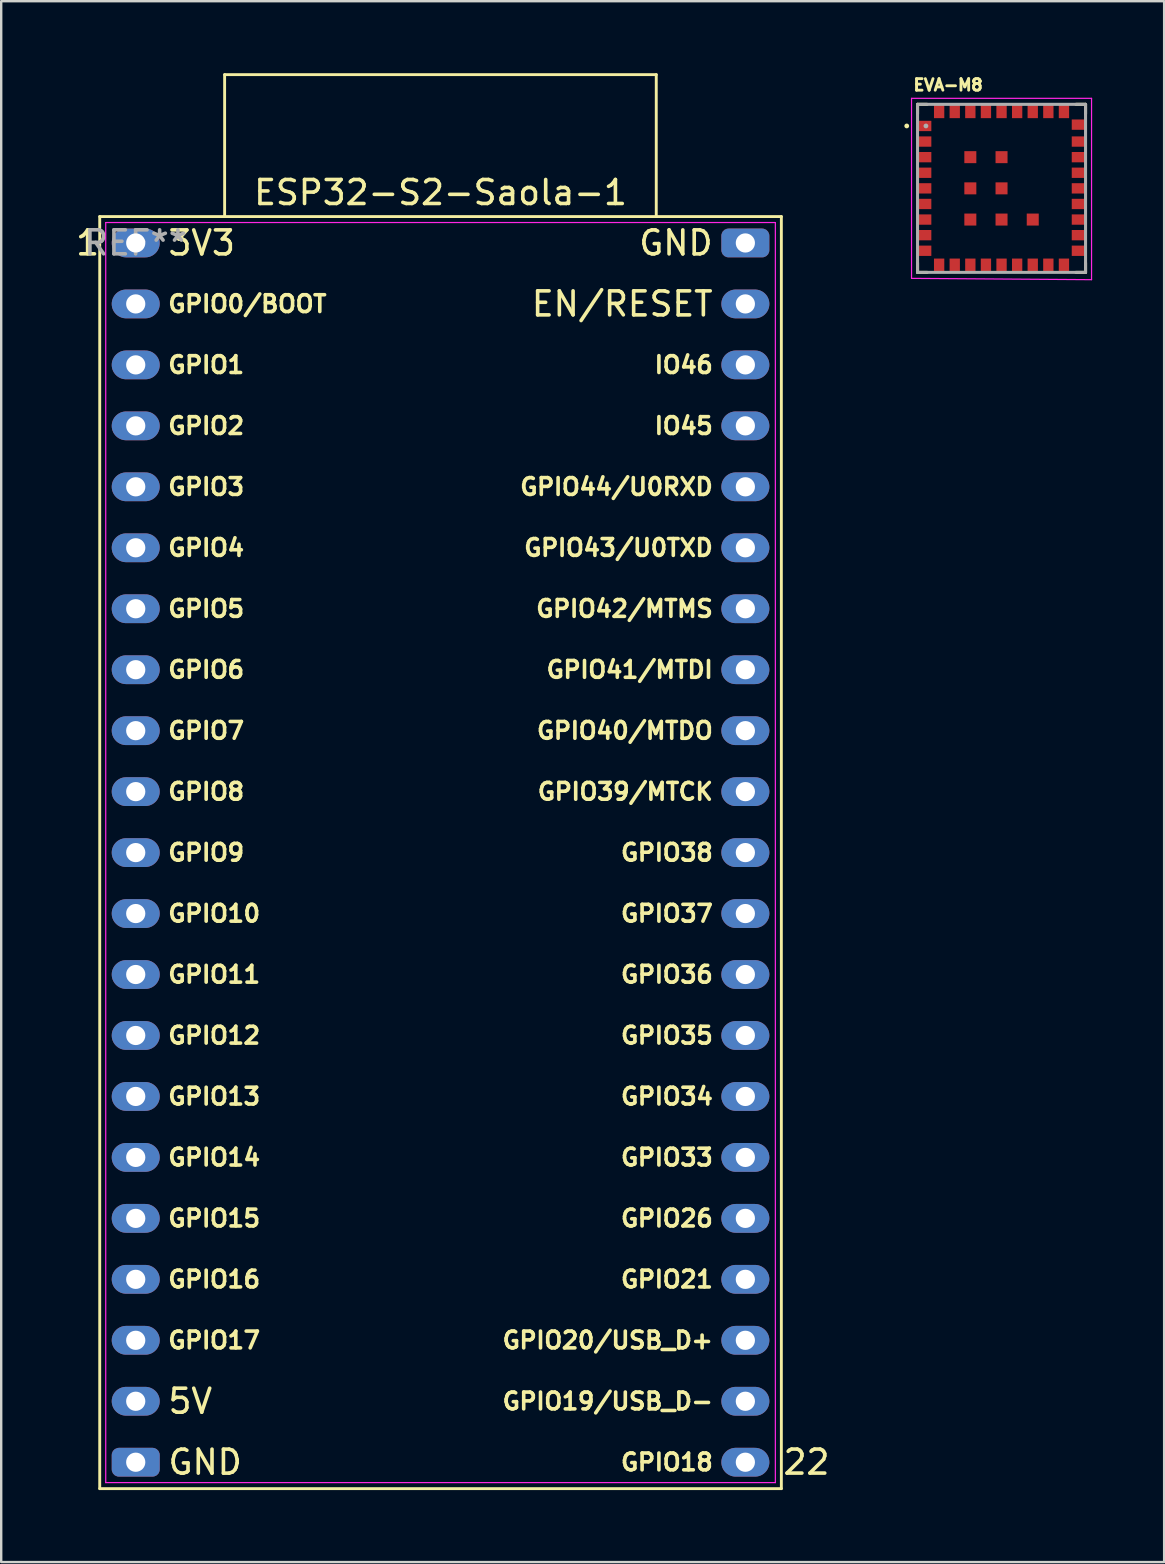
<source format=kicad_pcb>
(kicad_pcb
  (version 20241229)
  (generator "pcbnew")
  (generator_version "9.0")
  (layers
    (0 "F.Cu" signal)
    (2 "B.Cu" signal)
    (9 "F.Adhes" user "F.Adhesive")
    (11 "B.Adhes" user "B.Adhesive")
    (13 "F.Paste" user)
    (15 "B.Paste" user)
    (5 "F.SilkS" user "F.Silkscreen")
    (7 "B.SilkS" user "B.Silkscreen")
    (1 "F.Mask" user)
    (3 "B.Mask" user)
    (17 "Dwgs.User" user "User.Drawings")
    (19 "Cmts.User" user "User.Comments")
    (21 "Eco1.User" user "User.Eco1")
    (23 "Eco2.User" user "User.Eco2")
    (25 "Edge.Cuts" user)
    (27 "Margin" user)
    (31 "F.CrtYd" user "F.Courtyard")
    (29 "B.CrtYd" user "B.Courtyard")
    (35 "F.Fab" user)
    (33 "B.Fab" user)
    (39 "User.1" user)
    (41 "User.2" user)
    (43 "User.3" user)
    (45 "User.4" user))
  (footprint "ESP32-S2-Saola-1"
    (layer "F.Cu")
    (at 2.601 7.07)
    (property "Reference" "ESP32-S2-Saola-1" (at 12.704 -2.097 0) (layer "F.SilkS") (effects (font (size 1 1) (thickness 0.15))))
    (attr through_hole)
    (fp_line (start -1.496 51.903) (end 26.904 51.903) (stroke (width 0.12) (type solid)) (layer "F.SilkS"))
    (fp_line (start -1.496 -1.097) (end -1.496 51.903) (stroke (width 0.12) (type solid)) (layer "F.SilkS"))
    (fp_line (start 3.708 -7.01) (end 21.692 -7.01) (stroke (width 0.12) (type solid)) (layer "F.SilkS"))
    (fp_line (start 3.708 -1.118) (end 3.708 -7.01) (stroke (width 0.12) (type solid)) (layer "F.SilkS"))
    (fp_line (start 21.692 -7.01) (end 21.692 -1.118) (stroke (width 0.12) (type solid)) (layer "F.SilkS"))
    (fp_line (start 26.904 51.903) (end 26.904 -1.097) (stroke (width 0.12) (type solid)) (layer "F.SilkS"))
    (fp_line (start 26.904 -1.097) (end -1.496 -1.097) (stroke (width 0.12) (type solid)) (layer "F.SilkS"))
    (fp_line (start -1.246 -0.847) (end 26.654 -0.847) (stroke (width 0.05) (type solid)) (layer "F.CrtYd"))
    (fp_line (start -1.246 51.653) (end -1.246 -0.847) (stroke (width 0.05) (type solid)) (layer "F.CrtYd"))
    (fp_line (start 26.654 -0.847) (end 26.654 51.653) (stroke (width 0.05) (type solid)) (layer "F.CrtYd"))
    (fp_line (start 26.654 51.653) (end -1.246 51.653) (stroke (width 0.05) (type solid)) (layer "F.CrtYd"))
    (fp_text user "GPIO9" (at 1.274 25.403 0) (unlocked yes) (layer "F.SilkS") (effects (font (size 0.7 0.7) (thickness 0.15)) (justify left)))
    (fp_text user "GPIO26" (at 24.134 40.643 0) (unlocked yes) (layer "F.SilkS") (effects (font (size 0.7 0.7) (thickness 0.15)) (justify right)))
    (fp_text user "GPIO36" (at 24.134 30.483 0) (unlocked yes) (layer "F.SilkS") (effects (font (size 0.7 0.7) (thickness 0.15)) (justify right)))
    (fp_text user "GPIO40/MTDO" (at 24.134 20.323 0) (unlocked yes) (layer "F.SilkS") (effects (font (size 0.7 0.7) (thickness 0.15)) (justify right)))
    (fp_text user "GPIO35" (at 24.134 33.023 0) (unlocked yes) (layer "F.SilkS") (effects (font (size 0.7 0.7) (thickness 0.15)) (justify right)))
    (fp_text user "GPIO10" (at 1.274 27.943 0) (unlocked yes) (layer "F.SilkS") (effects (font (size 0.7 0.7) (thickness 0.15)) (justify left)))
    (fp_text user "IO45" (at 24.134 7.623 0) (unlocked yes) (layer "F.SilkS") (effects (font (size 0.7 0.7) (thickness 0.15)) (justify right)))
    (fp_text user "GPIO11" (at 1.274 30.483 0) (unlocked yes) (layer "F.SilkS") (effects (font (size 0.7 0.7) (thickness 0.15)) (justify left)))
    (fp_text user "5V" (at 1.274 48.263 0) (unlocked yes) (layer "F.SilkS") (effects (font (size 1 1) (thickness 0.15)) (justify left)))
    (fp_text user "GPIO20/USB_D+" (at 24.134 45.723 0) (unlocked yes) (layer "F.SilkS") (effects (font (size 0.7 0.7) (thickness 0.15)) (justify right)))
    (fp_text user "GPIO39/MTCK" (at 24.134 22.863 0) (unlocked yes) (layer "F.SilkS") (effects (font (size 0.7 0.7) (thickness 0.15)) (justify right)))
    (fp_text user "GPIO3" (at 1.274 10.163 0) (unlocked yes) (layer "F.SilkS") (effects (font (size 0.7 0.7) (thickness 0.15)) (justify left)))
    (fp_text user "GPIO34" (at 24.134 35.563 0) (unlocked yes) (layer "F.SilkS") (effects (font (size 0.7 0.7) (thickness 0.15)) (justify right)))
    (fp_text user "GPIO16" (at 1.274 43.183 0) (unlocked yes) (layer "F.SilkS") (effects (font (size 0.7 0.7) (thickness 0.15)) (justify left)))
    (fp_text user "GPIO13" (at 1.274 35.563 0) (unlocked yes) (layer "F.SilkS") (effects (font (size 0.7 0.7) (thickness 0.15)) (justify left)))
    (fp_text user "GPIO37" (at 24.134 27.943 0) (unlocked yes) (layer "F.SilkS") (effects (font (size 0.7 0.7) (thickness 0.15)) (justify right)))
    (fp_text user "GPIO33" (at 24.134 38.103 0) (unlocked yes) (layer "F.SilkS") (effects (font (size 0.7 0.7) (thickness 0.15)) (justify right)))
    (fp_text user "GPIO41/MTDI" (at 24.134 17.783 0) (unlocked yes) (layer "F.SilkS") (effects (font (size 0.7 0.7) (thickness 0.15)) (justify right)))
    (fp_text user "GPIO44/U0RXD" (at 24.134 10.163 0) (unlocked yes) (layer "F.SilkS") (effects (font (size 0.7 0.7) (thickness 0.15)) (justify right)))
    (fp_text user "GND" (at 24.134 0.003 0) (unlocked yes) (layer "F.SilkS") (effects (font (size 1 1) (thickness 0.15)) (justify right)))
    (fp_text user "1" (at -2 0 0) (layer "F.SilkS") (effects (font (size 1 1) (thickness 0.15))))
    (fp_text user "EN/RESET" (at 24.134 2.543 0) (unlocked yes) (layer "F.SilkS") (effects (font (size 1 1) (thickness 0.15)) (justify right)))
    (fp_text user "GPIO1" (at 1.274 5.083 0) (unlocked yes) (layer "F.SilkS") (effects (font (size 0.7 0.7) (thickness 0.15)) (justify left)))
    (fp_text user "GPIO19/USB_D-" (at 24.134 48.263 0) (unlocked yes) (layer "F.SilkS") (effects (font (size 0.7 0.7) (thickness 0.15)) (justify right)))
    (fp_text user "GPIO12" (at 1.274 33.023 0) (unlocked yes) (layer "F.SilkS") (effects (font (size 0.7 0.7) (thickness 0.15)) (justify left)))
    (fp_text user "GPIO14" (at 1.274 38.103 0) (unlocked yes) (layer "F.SilkS") (effects (font (size 0.7 0.7) (thickness 0.15)) (justify left)))
    (fp_text user "GPIO18" (at 24.134 50.803 0) (unlocked yes) (layer "F.SilkS") (effects (font (size 0.7 0.7) (thickness 0.15)) (justify right)))
    (fp_text user "GPIO4" (at 1.274 12.703 0) (unlocked yes) (layer "F.SilkS") (effects (font (size 0.7 0.7) (thickness 0.15)) (justify left)))
    (fp_text user "GPIO8" (at 1.274 22.863 0) (unlocked yes) (layer "F.SilkS") (effects (font (size 0.7 0.7) (thickness 0.15)) (justify left)))
    (fp_text user "GPIO21" (at 24.134 43.183 0) (unlocked yes) (layer "F.SilkS") (effects (font (size 0.7 0.7) (thickness 0.15)) (justify right)))
    (fp_text user "GPIO42/MTMS" (at 24.134 15.243 0) (unlocked yes) (layer "F.SilkS") (effects (font (size 0.7 0.7) (thickness 0.15)) (justify right)))
    (fp_text user "GPIO5" (at 1.274 15.243 0) (unlocked yes) (layer "F.SilkS") (effects (font (size 0.7 0.7) (thickness 0.15)) (justify left)))
    (fp_text user "GPIO0/BOOT" (at 1.274 2.543 0) (unlocked yes) (layer "F.SilkS") (effects (font (size 0.7 0.7) (thickness 0.15)) (justify left)))
    (fp_text user "IO46" (at 24.134 5.083 0) (unlocked yes) (layer "F.SilkS") (effects (font (size 0.7 0.7) (thickness 0.15)) (justify right)))
    (fp_text user "22" (at 27.95 50.8 0) (layer "F.SilkS") (effects (font (size 1 1) (thickness 0.15))))
    (fp_text user "GPIO38" (at 24.134 25.403 0) (unlocked yes) (layer "F.SilkS") (effects (font (size 0.7 0.7) (thickness 0.15)) (justify right)))
    (fp_text user "GPIO2" (at 1.274 7.623 0) (unlocked yes) (layer "F.SilkS") (effects (font (size 0.7 0.7) (thickness 0.15)) (justify left)))
    (fp_text user "3V3" (at 1.274 0.003 0) (unlocked yes) (layer "F.SilkS") (effects (font (size 1 1) (thickness 0.15)) (justify left)))
    (fp_text user "GPIO7" (at 1.274 20.323 0) (unlocked yes) (layer "F.SilkS") (effects (font (size 0.7 0.7) (thickness 0.15)) (justify left)))
    (fp_text user "GPIO43/U0TXD" (at 24.134 12.703 0) (unlocked yes) (layer "F.SilkS") (effects (font (size 0.7 0.7) (thickness 0.15)) (justify right)))
    (fp_text user "GPIO6" (at 1.274 17.783 0) (unlocked yes) (layer "F.SilkS") (effects (font (size 0.7 0.7) (thickness 0.15)) (justify left)))
    (fp_text user "GPIO17" (at 1.274 45.723 0) (unlocked yes) (layer "F.SilkS") (effects (font (size 0.7 0.7) (thickness 0.15)) (justify left)))
    (fp_text user "GPIO15" (at 1.274 40.643 0) (unlocked yes) (layer "F.SilkS") (effects (font (size 0.7 0.7) (thickness 0.15)) (justify left)))
    (fp_text user "GND" (at 1.274 50.803 0) (unlocked yes) (layer "F.SilkS") (effects (font (size 1 1) (thickness 0.15)) (justify left)))
    (fp_text user "REF**" (at 0 0 0) (layer "F.Fab") (effects (font (size 1 1) (thickness 0.15))))
    (pad "1" thru_hole oval (at 0.004 0.003 270) (size 1.2 2) (drill 0.8) (layers "*.Cu" "*.Mask"))
    (pad "2" thru_hole oval (at 0.004 2.543 270) (size 1.2 2) (drill 0.8) (layers "*.Cu" "*.Mask"))
    (pad "3" thru_hole oval (at 0.004 5.083 270) (size 1.2 2) (drill 0.8) (layers "*.Cu" "*.Mask"))
    (pad "4" thru_hole oval (at 0.004 7.623 270) (size 1.2 2) (drill 0.8) (layers "*.Cu" "*.Mask"))
    (pad "5" thru_hole oval (at 0.004 10.163 270) (size 1.2 2) (drill 0.8) (layers "*.Cu" "*.Mask"))
    (pad "6" thru_hole oval (at 0.004 12.703 270) (size 1.2 2) (drill 0.8) (layers "*.Cu" "*.Mask"))
    (pad "7" thru_hole oval (at 0.004 15.243 270) (size 1.2 2) (drill 0.8) (layers "*.Cu" "*.Mask"))
    (pad "8" thru_hole oval (at 0.004 17.783 270) (size 1.2 2) (drill 0.8) (layers "*.Cu" "*.Mask"))
    (pad "9" thru_hole oval (at 0.004 20.323 270) (size 1.2 2) (drill 0.8) (layers "*.Cu" "*.Mask"))
    (pad "10" thru_hole oval (at 0.004 22.863 270) (size 1.2 2) (drill 0.8) (layers "*.Cu" "*.Mask"))
    (pad "11" thru_hole oval (at 0.004 25.403 270) (size 1.2 2) (drill 0.8) (layers "*.Cu" "*.Mask"))
    (pad "12" thru_hole oval (at 0.004 27.943 270) (size 1.2 2) (drill 0.8) (layers "*.Cu" "*.Mask"))
    (pad "13" thru_hole oval (at 0.004 30.483 270) (size 1.2 2) (drill 0.8) (layers "*.Cu" "*.Mask"))
    (pad "14" thru_hole oval (at 0.004 33.023 270) (size 1.2 2) (drill 0.8) (layers "*.Cu" "*.Mask"))
    (pad "15" thru_hole oval (at 0.004 35.563 270) (size 1.2 2) (drill 0.8) (layers "*.Cu" "*.Mask"))
    (pad "16" thru_hole oval (at 0.004 38.103 270) (size 1.2 2) (drill 0.8) (layers "*.Cu" "*.Mask"))
    (pad "17" thru_hole oval (at 0.004 40.643 270) (size 1.2 2) (drill 0.8) (layers "*.Cu" "*.Mask"))
    (pad "18" thru_hole oval (at 0.004 43.183 270) (size 1.2 2) (drill 0.8) (layers "*.Cu" "*.Mask"))
    (pad "19" thru_hole oval (at 0.004 45.723 270) (size 1.2 2) (drill 0.8) (layers "*.Cu" "*.Mask"))
    (pad "20" thru_hole oval (at 0.004 48.263 270) (size 1.2 2) (drill 0.8) (layers "*.Cu" "*.Mask"))
    (pad "21" thru_hole roundrect (at 0.004 50.803 270) (size 1.2 2) (drill 0.8) (layers "*.Cu" "*.Mask") (roundrect_rratio 0.25))
    (pad "22" thru_hole oval (at 25.404 50.803 270) (size 1.2 2) (drill 0.8) (layers "*.Cu" "*.Mask"))
    (pad "23" thru_hole oval (at 25.404 48.263 270) (size 1.2 2) (drill 0.8) (layers "*.Cu" "*.Mask"))
    (pad "24" thru_hole oval (at 25.404 45.723 270) (size 1.2 2) (drill 0.8) (layers "*.Cu" "*.Mask"))
    (pad "25" thru_hole oval (at 25.404 43.183 270) (size 1.2 2) (drill 0.8) (layers "*.Cu" "*.Mask"))
    (pad "26" thru_hole oval (at 25.404 40.643 270) (size 1.2 2) (drill 0.8) (layers "*.Cu" "*.Mask"))
    (pad "27" thru_hole oval (at 25.404 38.103 270) (size 1.2 2) (drill 0.8) (layers "*.Cu" "*.Mask"))
    (pad "28" thru_hole oval (at 25.404 35.563 270) (size 1.2 2) (drill 0.8) (layers "*.Cu" "*.Mask"))
    (pad "29" thru_hole oval (at 25.404 33.023 270) (size 1.2 2) (drill 0.8) (layers "*.Cu" "*.Mask"))
    (pad "30" thru_hole oval (at 25.404 30.483 270) (size 1.2 2) (drill 0.8) (layers "*.Cu" "*.Mask"))
    (pad "31" thru_hole oval (at 25.404 27.943 270) (size 1.2 2) (drill 0.8) (layers "*.Cu" "*.Mask"))
    (pad "32" thru_hole oval (at 25.404 25.403 270) (size 1.2 2) (drill 0.8) (layers "*.Cu" "*.Mask"))
    (pad "33" thru_hole oval (at 25.404 22.863 270) (size 1.2 2) (drill 0.8) (layers "*.Cu" "*.Mask"))
    (pad "34" thru_hole oval (at 25.404 20.323 270) (size 1.2 2) (drill 0.8) (layers "*.Cu" "*.Mask"))
    (pad "35" thru_hole oval (at 25.404 17.783 270) (size 1.2 2) (drill 0.8) (layers "*.Cu" "*.Mask"))
    (pad "36" thru_hole oval (at 25.404 15.243 270) (size 1.2 2) (drill 0.8) (layers "*.Cu" "*.Mask"))
    (pad "37" thru_hole oval (at 25.404 12.703 270) (size 1.2 2) (drill 0.8) (layers "*.Cu" "*.Mask"))
    (pad "38" thru_hole oval (at 25.404 10.163 270) (size 1.2 2) (drill 0.8) (layers "*.Cu" "*.Mask"))
    (pad "39" thru_hole oval (at 25.404 7.623 270) (size 1.2 2) (drill 0.8) (layers "*.Cu" "*.Mask"))
    (pad "40" thru_hole oval (at 25.404 5.083 270) (size 1.2 2) (drill 0.8) (layers "*.Cu" "*.Mask"))
    (pad "41" thru_hole oval (at 25.404 2.543 270) (size 1.2 2) (drill 0.8) (layers "*.Cu" "*.Mask"))
    (pad "42" thru_hole roundrect (at 25.404 0.003 270) (size 1.2 2) (drill 0.8) (layers "*.Cu" "*.Mask") (roundrect_rratio 0.25)))
  (footprint "EVA-M8"
    (layer "F.Cu")
    (at 38.679 4.798)
    (property "Reference" "EVA-M8" (at -2.227 -4.307 0) (layer "F.SilkS") (effects (font (size 0.48 0.48) (thickness 0.15))))
    (attr through_hole)
    (fp_line (start -3.5 -3.5) (end -3.5 -3.1) (stroke (width 0.127) (type solid)) (layer "F.SilkS"))
    (fp_line (start -3.5 3.1) (end -3.5 3.5) (stroke (width 0.127) (type solid)) (layer "F.SilkS"))
    (fp_line (start -3.5 3.5) (end -3.1 3.5) (stroke (width 0.127) (type solid)) (layer "F.SilkS"))
    (fp_line (start -3.1 -3.5) (end -3.5 -3.5) (stroke (width 0.127) (type solid)) (layer "F.SilkS"))
    (fp_line (start 3.1 -3.5) (end 3.5 -3.5) (stroke (width 0.127) (type solid)) (layer "F.SilkS"))
    (fp_line (start 3.5 -3.5) (end 3.5 -3.1) (stroke (width 0.127) (type solid)) (layer "F.SilkS"))
    (fp_line (start 3.5 3.1) (end 3.5 3.5) (stroke (width 0.127) (type solid)) (layer "F.SilkS"))
    (fp_line (start 3.5 3.5) (end 3.1 3.5) (stroke (width 0.127) (type solid)) (layer "F.SilkS"))
    (fp_circle (center -3.95 -2.6) (end -3.9 -2.6) (stroke (width 0.1) (type solid)) (fill no) (layer "F.SilkS"))
    (fp_line (start -3.75 -3.75) (end 3.75 -3.75) (stroke (width 0.05) (type solid)) (layer "F.CrtYd"))
    (fp_line (start -3.75 3.75) (end -3.75 -3.75) (stroke (width 0.05) (type solid)) (layer "F.CrtYd"))
    (fp_line (start 3.75 -3.75) (end 3.75 3.805) (stroke (width 0.05) (type solid)) (layer "F.CrtYd"))
    (fp_line (start 3.75 3.805) (end -3.75 3.75) (stroke (width 0.05) (type solid)) (layer "F.CrtYd"))
    (fp_line (start -3.5 -3.5) (end 3.5 -3.5) (stroke (width 0.127) (type solid)) (layer "F.Fab"))
    (fp_line (start -3.5 3.5) (end -3.5 -3.5) (stroke (width 0.127) (type solid)) (layer "F.Fab"))
    (fp_line (start 3.5 -3.5) (end 3.5 3.5) (stroke (width 0.127) (type solid)) (layer "F.Fab"))
    (fp_line (start 3.5 3.5) (end -3.5 3.5) (stroke (width 0.127) (type solid)) (layer "F.Fab"))
    (fp_circle (center -3.15 -2.6) (end -3.1 -2.6) (stroke (width 0.1) (type solid)) (fill no) (layer "F.Fab"))
    (pad "1" smd rect (at -3.205 -2.6) (size 0.56 0.43) (layers "F.Cu" "F.Mask" "F.Paste"))
    (pad "2" smd rect (at -3.205 -1.95) (size 0.56 0.43) (layers "F.Cu" "F.Mask" "F.Paste"))
    (pad "3" smd rect (at -3.205 -1.3) (size 0.56 0.43) (layers "F.Cu" "F.Mask" "F.Paste"))
    (pad "4" smd rect (at -3.205 -0.65) (size 0.56 0.43) (layers "F.Cu" "F.Mask" "F.Paste"))
    (pad "5" smd rect (at -3.205 0) (size 0.56 0.43) (layers "F.Cu" "F.Mask" "F.Paste"))
    (pad "6" smd rect (at -3.205 0.65) (size 0.56 0.43) (layers "F.Cu" "F.Mask" "F.Paste"))
    (pad "7" smd rect (at -3.205 1.3) (size 0.56 0.43) (layers "F.Cu" "F.Mask" "F.Paste"))
    (pad "8" smd rect (at -3.205 1.95) (size 0.56 0.43) (layers "F.Cu" "F.Mask" "F.Paste"))
    (pad "9" smd rect (at -3.205 2.6) (size 0.56 0.43) (layers "F.Cu" "F.Mask" "F.Paste"))
    (pad "10" smd rect (at -2.6 3.205 90) (size 0.56 0.43) (layers "F.Cu" "F.Mask" "F.Paste"))
    (pad "11" smd rect (at -1.95 3.205 90) (size 0.56 0.43) (layers "F.Cu" "F.Mask" "F.Paste"))
    (pad "12" smd rect (at -1.3 3.205 90) (size 0.56 0.43) (layers "F.Cu" "F.Mask" "F.Paste"))
    (pad "13" smd rect (at -0.65 3.205 90) (size 0.56 0.43) (layers "F.Cu" "F.Mask" "F.Paste"))
    (pad "14" smd rect (at 0 3.205 90) (size 0.56 0.43) (layers "F.Cu" "F.Mask" "F.Paste"))
    (pad "15" smd rect (at 0.65 3.205 90) (size 0.56 0.43) (layers "F.Cu" "F.Mask" "F.Paste"))
    (pad "16" smd rect (at 1.3 3.205 90) (size 0.56 0.43) (layers "F.Cu" "F.Mask" "F.Paste"))
    (pad "17" smd rect (at 1.95 3.205 90) (size 0.56 0.43) (layers "F.Cu" "F.Mask" "F.Paste"))
    (pad "18" smd rect (at 2.6 3.205 90) (size 0.56 0.43) (layers "F.Cu" "F.Mask" "F.Paste"))
    (pad "19" smd rect (at 3.205 2.6 180) (size 0.56 0.43) (layers "F.Cu" "F.Mask" "F.Paste"))
    (pad "20" smd rect (at 3.205 1.95 180) (size 0.56 0.43) (layers "F.Cu" "F.Mask" "F.Paste"))
    (pad "21" smd rect (at 3.205 1.3 180) (size 0.56 0.43) (layers "F.Cu" "F.Mask" "F.Paste"))
    (pad "22" smd rect (at 3.205 0.65 180) (size 0.56 0.43) (layers "F.Cu" "F.Mask" "F.Paste"))
    (pad "23" smd rect (at 3.205 0 180) (size 0.56 0.43) (layers "F.Cu" "F.Mask" "F.Paste"))
    (pad "24" smd rect (at 3.205 -0.65 180) (size 0.56 0.43) (layers "F.Cu" "F.Mask" "F.Paste"))
    (pad "25" smd rect (at 3.205 -1.3 180) (size 0.56 0.43) (layers "F.Cu" "F.Mask" "F.Paste"))
    (pad "26" smd rect (at 3.205 -1.95 180) (size 0.56 0.43) (layers "F.Cu" "F.Mask" "F.Paste"))
    (pad "27" smd rect (at 3.205 -2.655 180) (size 0.56 0.43) (layers "F.Cu" "F.Mask" "F.Paste"))
    (pad "28" smd rect (at 2.6 -3.205 270) (size 0.56 0.43) (layers "F.Cu" "F.Mask" "F.Paste"))
    (pad "29" smd rect (at 1.95 -3.205 270) (size 0.56 0.43) (layers "F.Cu" "F.Mask" "F.Paste"))
    (pad "30" smd rect (at 1.3 -3.205 270) (size 0.56 0.43) (layers "F.Cu" "F.Mask" "F.Paste"))
    (pad "31" smd rect (at 0.65 -3.205 270) (size 0.56 0.43) (layers "F.Cu" "F.Mask" "F.Paste"))
    (pad "32" smd rect (at 0 -3.205 270) (size 0.56 0.43) (layers "F.Cu" "F.Mask" "F.Paste"))
    (pad "33" smd rect (at -0.65 -3.205 270) (size 0.56 0.43) (layers "F.Cu" "F.Mask" "F.Paste"))
    (pad "34" smd rect (at -1.3 -3.205 270) (size 0.56 0.43) (layers "F.Cu" "F.Mask" "F.Paste"))
    (pad "35" smd rect (at -1.95 -3.205 270) (size 0.56 0.43) (layers "F.Cu" "F.Mask" "F.Paste"))
    (pad "36" smd rect (at -2.6 -3.205 270) (size 0.56 0.43) (layers "F.Cu" "F.Mask" "F.Paste"))
    (pad "37" smd rect (at -1.3 -1.3) (size 0.5 0.5) (layers "F.Cu" "F.Mask" "F.Paste"))
    (pad "38" smd rect (at -1.3 0) (size 0.5 0.5) (layers "F.Cu" "F.Mask" "F.Paste"))
    (pad "39" smd rect (at -1.3 1.3) (size 0.5 0.5) (layers "F.Cu" "F.Mask" "F.Paste"))
    (pad "40" smd rect (at 0 -1.3) (size 0.5 0.5) (layers "F.Cu" "F.Mask" "F.Paste"))
    (pad "41" smd rect (at 0 0) (size 0.5 0.5) (layers "F.Cu" "F.Mask" "F.Paste"))
    (pad "42" smd rect (at 0 1.3) (size 0.5 0.5) (layers "F.Cu" "F.Mask" "F.Paste"))
    (pad "43" smd rect (at 1.3 1.3) (size 0.5 0.5) (layers "F.Cu" "F.Mask" "F.Paste")))
  (gr_rect
    (start -3 -3)
    (end 45.454 62.033)
    (stroke (width 0.1) (type default))
    (fill no)
    (layer "Edge.Cuts")))
</source>
